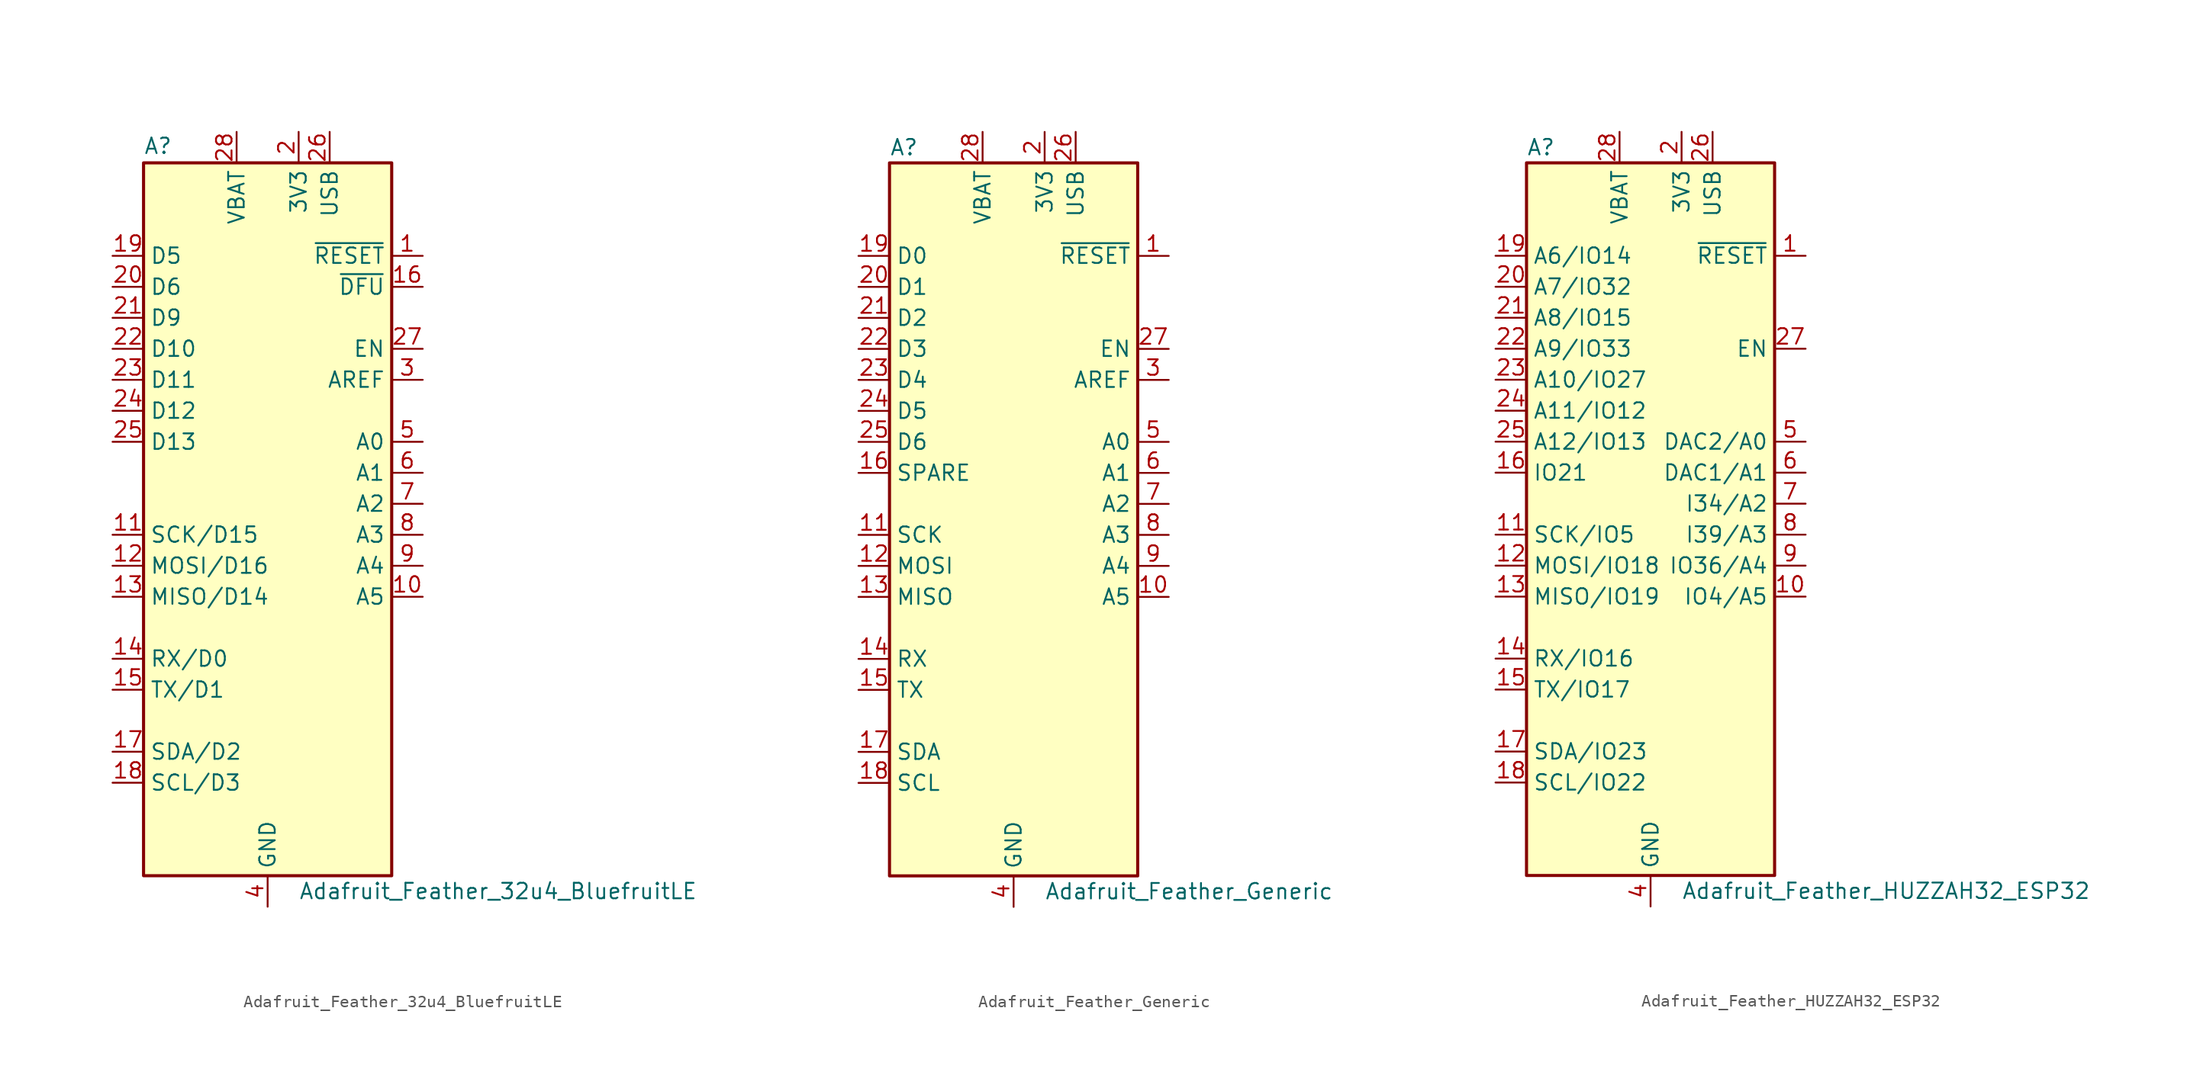
<source format=kicad_sym>
(kicad_symbol_lib
  (version 20211014)
  (generator kicad_symbol_editor)
  (symbol "Adafruit_Feather_32u4_BluefruitLE"
    (property "Reference" "A"
      (at -10.16 28.575 0)
      (effects (font (size 1.27 1.27)) (justify left bottom)))
    (property "Value" "Adafruit_Feather_32u4_BluefruitLE"
      (at 2.54 -31.75 0)
      (effects (font (size 1.27 1.27)) (justify left)))
    (symbol "Adafruit_Feather_32u4_BluefruitLE_0_1"
      (rectangle (start -10.16 27.94) (end 10.16 -30.48) (stroke (width 0.254) (type default) (color 0 0 0 0)) (fill (type background))))
    (symbol "Adafruit_Feather_32u4_BluefruitLE_1_1"
      (pin input line (at 12.7 20.32 180) (length 2.54) (name "~{RESET}" (effects (font (size 1.27 1.27)))) (number "1" (effects (font (size 1.27 1.27)))))
      (pin bidirectional line (at 12.7 -7.62 180) (length 2.54) (name "A5" (effects (font (size 1.27 1.27)))) (number "10" (effects (font (size 1.27 1.27)))))
      (pin bidirectional line (at -12.7 -2.54 0) (length 2.54) (name "SCK/D15" (effects (font (size 1.27 1.27)))) (number "11" (effects (font (size 1.27 1.27)))))
      (pin bidirectional line (at -12.7 -5.08 0) (length 2.54) (name "MOSI/D16" (effects (font (size 1.27 1.27)))) (number "12" (effects (font (size 1.27 1.27)))))
      (pin bidirectional line (at -12.7 -7.62 0) (length 2.54) (name "MISO/D14" (effects (font (size 1.27 1.27)))) (number "13" (effects (font (size 1.27 1.27)))))
      (pin bidirectional line (at -12.7 -12.7 0) (length 2.54) (name "RX/D0" (effects (font (size 1.27 1.27)))) (number "14" (effects (font (size 1.27 1.27)))))
      (pin bidirectional line (at -12.7 -15.24 0) (length 2.54) (name "TX/D1" (effects (font (size 1.27 1.27)))) (number "15" (effects (font (size 1.27 1.27)))))
      (pin input line (at 12.7 17.78 180) (length 2.54) (name "~{DFU}" (effects (font (size 1.27 1.27)))) (number "16" (effects (font (size 1.27 1.27)))))
      (pin bidirectional line (at -12.7 -20.32 0) (length 2.54) (name "SDA/D2" (effects (font (size 1.27 1.27)))) (number "17" (effects (font (size 1.27 1.27)))))
      (pin bidirectional line (at -12.7 -22.86 0) (length 2.54) (name "SCL/D3" (effects (font (size 1.27 1.27)))) (number "18" (effects (font (size 1.27 1.27)))))
      (pin bidirectional line (at -12.7 20.32 0) (length 2.54) (name "D5" (effects (font (size 1.27 1.27)))) (number "19" (effects (font (size 1.27 1.27)))))
      (pin power_in line (at 2.54 30.48 270) (length 2.54) (name "3V3" (effects (font (size 1.27 1.27)))) (number "2" (effects (font (size 1.27 1.27)))))
      (pin bidirectional line (at -12.7 17.78 0) (length 2.54) (name "D6" (effects (font (size 1.27 1.27)))) (number "20" (effects (font (size 1.27 1.27)))))
      (pin bidirectional line (at -12.7 15.24 0) (length 2.54) (name "D9" (effects (font (size 1.27 1.27)))) (number "21" (effects (font (size 1.27 1.27)))))
      (pin bidirectional line (at -12.7 12.7 0) (length 2.54) (name "D10" (effects (font (size 1.27 1.27)))) (number "22" (effects (font (size 1.27 1.27)))))
      (pin bidirectional line (at -12.7 10.16 0) (length 2.54) (name "D11" (effects (font (size 1.27 1.27)))) (number "23" (effects (font (size 1.27 1.27)))))
      (pin bidirectional line (at -12.7 7.62 0) (length 2.54) (name "D12" (effects (font (size 1.27 1.27)))) (number "24" (effects (font (size 1.27 1.27)))))
      (pin bidirectional line (at -12.7 5.08 0) (length 2.54) (name "D13" (effects (font (size 1.27 1.27)))) (number "25" (effects (font (size 1.27 1.27)))))
      (pin power_in line (at 5.08 30.48 270) (length 2.54) (name "USB" (effects (font (size 1.27 1.27)))) (number "26" (effects (font (size 1.27 1.27)))))
      (pin input line (at 12.7 12.7 180) (length 2.54) (name "EN" (effects (font (size 1.27 1.27)))) (number "27" (effects (font (size 1.27 1.27)))))
      (pin power_in line (at -2.54 30.48 270) (length 2.54) (name "VBAT" (effects (font (size 1.27 1.27)))) (number "28" (effects (font (size 1.27 1.27)))))
      (pin input line (at 12.7 10.16 180) (length 2.54) (name "AREF" (effects (font (size 1.27 1.27)))) (number "3" (effects (font (size 1.27 1.27)))))
      (pin power_in line (at 0 -33.02 90) (length 2.54) (name "GND" (effects (font (size 1.27 1.27)))) (number "4" (effects (font (size 1.27 1.27)))))
      (pin bidirectional line (at 12.7 5.08 180) (length 2.54) (name "A0" (effects (font (size 1.27 1.27)))) (number "5" (effects (font (size 1.27 1.27)))))
      (pin bidirectional line (at 12.7 2.54 180) (length 2.54) (name "A1" (effects (font (size 1.27 1.27)))) (number "6" (effects (font (size 1.27 1.27)))))
      (pin bidirectional line (at 12.7 0 180) (length 2.54) (name "A2" (effects (font (size 1.27 1.27)))) (number "7" (effects (font (size 1.27 1.27)))))
      (pin bidirectional line (at 12.7 -2.54 180) (length 2.54) (name "A3" (effects (font (size 1.27 1.27)))) (number "8" (effects (font (size 1.27 1.27)))))
      (pin bidirectional line (at 12.7 -5.08 180) (length 2.54) (name "A4" (effects (font (size 1.27 1.27)))) (number "9" (effects (font (size 1.27 1.27)))))))
  (symbol "Adafruit_Feather_Generic"
    (property "Reference" "A"
      (at -10.16 29.21 0)
      (effects (font (size 1.27 1.27)) (justify left)))
    (property "Value" "Adafruit_Feather_Generic"
      (at 2.54 -31.75 0)
      (effects (font (size 1.27 1.27)) (justify left)))
    (symbol "Adafruit_Feather_Generic_0_1"
      (rectangle (start -10.16 27.94) (end 10.16 -30.48) (stroke (width 0.254) (type default) (color 0 0 0 0)) (fill (type background))))
    (symbol "Adafruit_Feather_Generic_1_1"
      (pin input line (at 12.7 20.32 180) (length 2.54) (name "~{RESET}" (effects (font (size 1.27 1.27)))) (number "1" (effects (font (size 1.27 1.27)))))
      (pin bidirectional line (at 12.7 -7.62 180) (length 2.54) (name "A5" (effects (font (size 1.27 1.27)))) (number "10" (effects (font (size 1.27 1.27)))))
      (pin bidirectional line (at -12.7 -2.54 0) (length 2.54) (name "SCK" (effects (font (size 1.27 1.27)))) (number "11" (effects (font (size 1.27 1.27)))))
      (pin bidirectional line (at -12.7 -5.08 0) (length 2.54) (name "MOSI" (effects (font (size 1.27 1.27)))) (number "12" (effects (font (size 1.27 1.27)))))
      (pin bidirectional line (at -12.7 -7.62 0) (length 2.54) (name "MISO" (effects (font (size 1.27 1.27)))) (number "13" (effects (font (size 1.27 1.27)))))
      (pin bidirectional line (at -12.7 -12.7 0) (length 2.54) (name "RX" (effects (font (size 1.27 1.27)))) (number "14" (effects (font (size 1.27 1.27)))))
      (pin bidirectional line (at -12.7 -15.24 0) (length 2.54) (name "TX" (effects (font (size 1.27 1.27)))) (number "15" (effects (font (size 1.27 1.27)))))
      (pin bidirectional line (at -12.7 2.54 0) (length 2.54) (name "SPARE" (effects (font (size 1.27 1.27)))) (number "16" (effects (font (size 1.27 1.27)))))
      (pin bidirectional line (at -12.7 -20.32 0) (length 2.54) (name "SDA" (effects (font (size 1.27 1.27)))) (number "17" (effects (font (size 1.27 1.27)))))
      (pin bidirectional line (at -12.7 -22.86 0) (length 2.54) (name "SCL" (effects (font (size 1.27 1.27)))) (number "18" (effects (font (size 1.27 1.27)))))
      (pin bidirectional line (at -12.7 20.32 0) (length 2.54) (name "D0" (effects (font (size 1.27 1.27)))) (number "19" (effects (font (size 1.27 1.27)))))
      (pin power_in line (at 2.54 30.48 270) (length 2.54) (name "3V3" (effects (font (size 1.27 1.27)))) (number "2" (effects (font (size 1.27 1.27)))))
      (pin bidirectional line (at -12.7 17.78 0) (length 2.54) (name "D1" (effects (font (size 1.27 1.27)))) (number "20" (effects (font (size 1.27 1.27)))))
      (pin bidirectional line (at -12.7 15.24 0) (length 2.54) (name "D2" (effects (font (size 1.27 1.27)))) (number "21" (effects (font (size 1.27 1.27)))))
      (pin bidirectional line (at -12.7 12.7 0) (length 2.54) (name "D3" (effects (font (size 1.27 1.27)))) (number "22" (effects (font (size 1.27 1.27)))))
      (pin bidirectional line (at -12.7 10.16 0) (length 2.54) (name "D4" (effects (font (size 1.27 1.27)))) (number "23" (effects (font (size 1.27 1.27)))))
      (pin bidirectional line (at -12.7 7.62 0) (length 2.54) (name "D5" (effects (font (size 1.27 1.27)))) (number "24" (effects (font (size 1.27 1.27)))))
      (pin bidirectional line (at -12.7 5.08 0) (length 2.54) (name "D6" (effects (font (size 1.27 1.27)))) (number "25" (effects (font (size 1.27 1.27)))))
      (pin power_in line (at 5.08 30.48 270) (length 2.54) (name "USB" (effects (font (size 1.27 1.27)))) (number "26" (effects (font (size 1.27 1.27)))))
      (pin input line (at 12.7 12.7 180) (length 2.54) (name "EN" (effects (font (size 1.27 1.27)))) (number "27" (effects (font (size 1.27 1.27)))))
      (pin power_in line (at -2.54 30.48 270) (length 2.54) (name "VBAT" (effects (font (size 1.27 1.27)))) (number "28" (effects (font (size 1.27 1.27)))))
      (pin input line (at 12.7 10.16 180) (length 2.54) (name "AREF" (effects (font (size 1.27 1.27)))) (number "3" (effects (font (size 1.27 1.27)))))
      (pin power_in line (at 0 -33.02 90) (length 2.54) (name "GND" (effects (font (size 1.27 1.27)))) (number "4" (effects (font (size 1.27 1.27)))))
      (pin bidirectional line (at 12.7 5.08 180) (length 2.54) (name "A0" (effects (font (size 1.27 1.27)))) (number "5" (effects (font (size 1.27 1.27)))))
      (pin bidirectional line (at 12.7 2.54 180) (length 2.54) (name "A1" (effects (font (size 1.27 1.27)))) (number "6" (effects (font (size 1.27 1.27)))))
      (pin bidirectional line (at 12.7 0 180) (length 2.54) (name "A2" (effects (font (size 1.27 1.27)))) (number "7" (effects (font (size 1.27 1.27)))))
      (pin bidirectional line (at 12.7 -2.54 180) (length 2.54) (name "A3" (effects (font (size 1.27 1.27)))) (number "8" (effects (font (size 1.27 1.27)))))
      (pin bidirectional line (at 12.7 -5.08 180) (length 2.54) (name "A4" (effects (font (size 1.27 1.27)))) (number "9" (effects (font (size 1.27 1.27)))))))
  (symbol "Adafruit_Feather_HUZZAH32_ESP32"
    (property "Reference" "A"
      (at -10.16 29.21 0)
      (effects (font (size 1.27 1.27)) (justify left)))
    (property "Value" "Adafruit_Feather_HUZZAH32_ESP32"
      (at 2.54 -31.75 0)
      (effects (font (size 1.27 1.27)) (justify left)))
    (symbol "Adafruit_Feather_HUZZAH32_ESP32_0_1"
      (rectangle (start -10.16 27.94) (end 10.16 -30.48) (stroke (width 0.254) (type default) (color 0 0 0 0)) (fill (type background))))
    (symbol "Adafruit_Feather_HUZZAH32_ESP32_1_1"
      (pin input line (at 12.7 20.32 180) (length 2.54) (name "~{RESET}" (effects (font (size 1.27 1.27)))) (number "1" (effects (font (size 1.27 1.27)))))
      (pin bidirectional line (at 12.7 -7.62 180) (length 2.54) (name "IO4/A5" (effects (font (size 1.27 1.27)))) (number "10" (effects (font (size 1.27 1.27)))))
      (pin bidirectional line (at -12.7 -2.54 0) (length 2.54) (name "SCK/IO5" (effects (font (size 1.27 1.27)))) (number "11" (effects (font (size 1.27 1.27)))))
      (pin bidirectional line (at -12.7 -5.08 0) (length 2.54) (name "MOSI/IO18" (effects (font (size 1.27 1.27)))) (number "12" (effects (font (size 1.27 1.27)))))
      (pin bidirectional line (at -12.7 -7.62 0) (length 2.54) (name "MISO/IO19" (effects (font (size 1.27 1.27)))) (number "13" (effects (font (size 1.27 1.27)))))
      (pin bidirectional line (at -12.7 -12.7 0) (length 2.54) (name "RX/IO16" (effects (font (size 1.27 1.27)))) (number "14" (effects (font (size 1.27 1.27)))))
      (pin bidirectional line (at -12.7 -15.24 0) (length 2.54) (name "TX/IO17" (effects (font (size 1.27 1.27)))) (number "15" (effects (font (size 1.27 1.27)))))
      (pin bidirectional line (at -12.7 2.54 0) (length 2.54) (name "IO21" (effects (font (size 1.27 1.27)))) (number "16" (effects (font (size 1.27 1.27)))))
      (pin bidirectional line (at -12.7 -20.32 0) (length 2.54) (name "SDA/IO23" (effects (font (size 1.27 1.27)))) (number "17" (effects (font (size 1.27 1.27)))))
      (pin bidirectional line (at -12.7 -22.86 0) (length 2.54) (name "SCL/IO22" (effects (font (size 1.27 1.27)))) (number "18" (effects (font (size 1.27 1.27)))))
      (pin bidirectional line (at -12.7 20.32 0) (length 2.54) (name "A6/IO14" (effects (font (size 1.27 1.27)))) (number "19" (effects (font (size 1.27 1.27)))))
      (pin power_in line (at 2.54 30.48 270) (length 2.54) (name "3V3" (effects (font (size 1.27 1.27)))) (number "2" (effects (font (size 1.27 1.27)))))
      (pin bidirectional line (at -12.7 17.78 0) (length 2.54) (name "A7/IO32" (effects (font (size 1.27 1.27)))) (number "20" (effects (font (size 1.27 1.27)))))
      (pin bidirectional line (at -12.7 15.24 0) (length 2.54) (name "A8/IO15" (effects (font (size 1.27 1.27)))) (number "21" (effects (font (size 1.27 1.27)))))
      (pin bidirectional line (at -12.7 12.7 0) (length 2.54) (name "A9/IO33" (effects (font (size 1.27 1.27)))) (number "22" (effects (font (size 1.27 1.27)))))
      (pin bidirectional line (at -12.7 10.16 0) (length 2.54) (name "A10/IO27" (effects (font (size 1.27 1.27)))) (number "23" (effects (font (size 1.27 1.27)))))
      (pin bidirectional line (at -12.7 7.62 0) (length 2.54) (name "A11/IO12" (effects (font (size 1.27 1.27)))) (number "24" (effects (font (size 1.27 1.27)))))
      (pin bidirectional line (at -12.7 5.08 0) (length 2.54) (name "A12/IO13" (effects (font (size 1.27 1.27)))) (number "25" (effects (font (size 1.27 1.27)))))
      (pin power_in line (at 5.08 30.48 270) (length 2.54) (name "USB" (effects (font (size 1.27 1.27)))) (number "26" (effects (font (size 1.27 1.27)))))
      (pin input line (at 12.7 12.7 180) (length 2.54) (name "EN" (effects (font (size 1.27 1.27)))) (number "27" (effects (font (size 1.27 1.27)))))
      (pin power_in line (at -2.54 30.48 270) (length 2.54) (name "VBAT" (effects (font (size 1.27 1.27)))) (number "28" (effects (font (size 1.27 1.27)))))
      (pin no_connect line (at 10.16 10.16 180) (length 2.54) hide (name "NC" (effects (font (size 1.27 1.27)))) (number "3" (effects (font (size 1.27 1.27)))))
      (pin power_in line (at 0 -33.02 90) (length 2.54) (name "GND" (effects (font (size 1.27 1.27)))) (number "4" (effects (font (size 1.27 1.27)))))
      (pin bidirectional line (at 12.7 5.08 180) (length 2.54) (name "DAC2/A0" (effects (font (size 1.27 1.27)))) (number "5" (effects (font (size 1.27 1.27)))))
      (pin bidirectional line (at 12.7 2.54 180) (length 2.54) (name "DAC1/A1" (effects (font (size 1.27 1.27)))) (number "6" (effects (font (size 1.27 1.27)))))
      (pin bidirectional line (at 12.7 0 180) (length 2.54) (name "I34/A2" (effects (font (size 1.27 1.27)))) (number "7" (effects (font (size 1.27 1.27)))))
      (pin bidirectional line (at 12.7 -2.54 180) (length 2.54) (name "I39/A3" (effects (font (size 1.27 1.27)))) (number "8" (effects (font (size 1.27 1.27)))))
      (pin bidirectional line (at 12.7 -5.08 180) (length 2.54) (name "IO36/A4" (effects (font (size 1.27 1.27)))) (number "9" (effects (font (size 1.27 1.27))))))))
</source>
